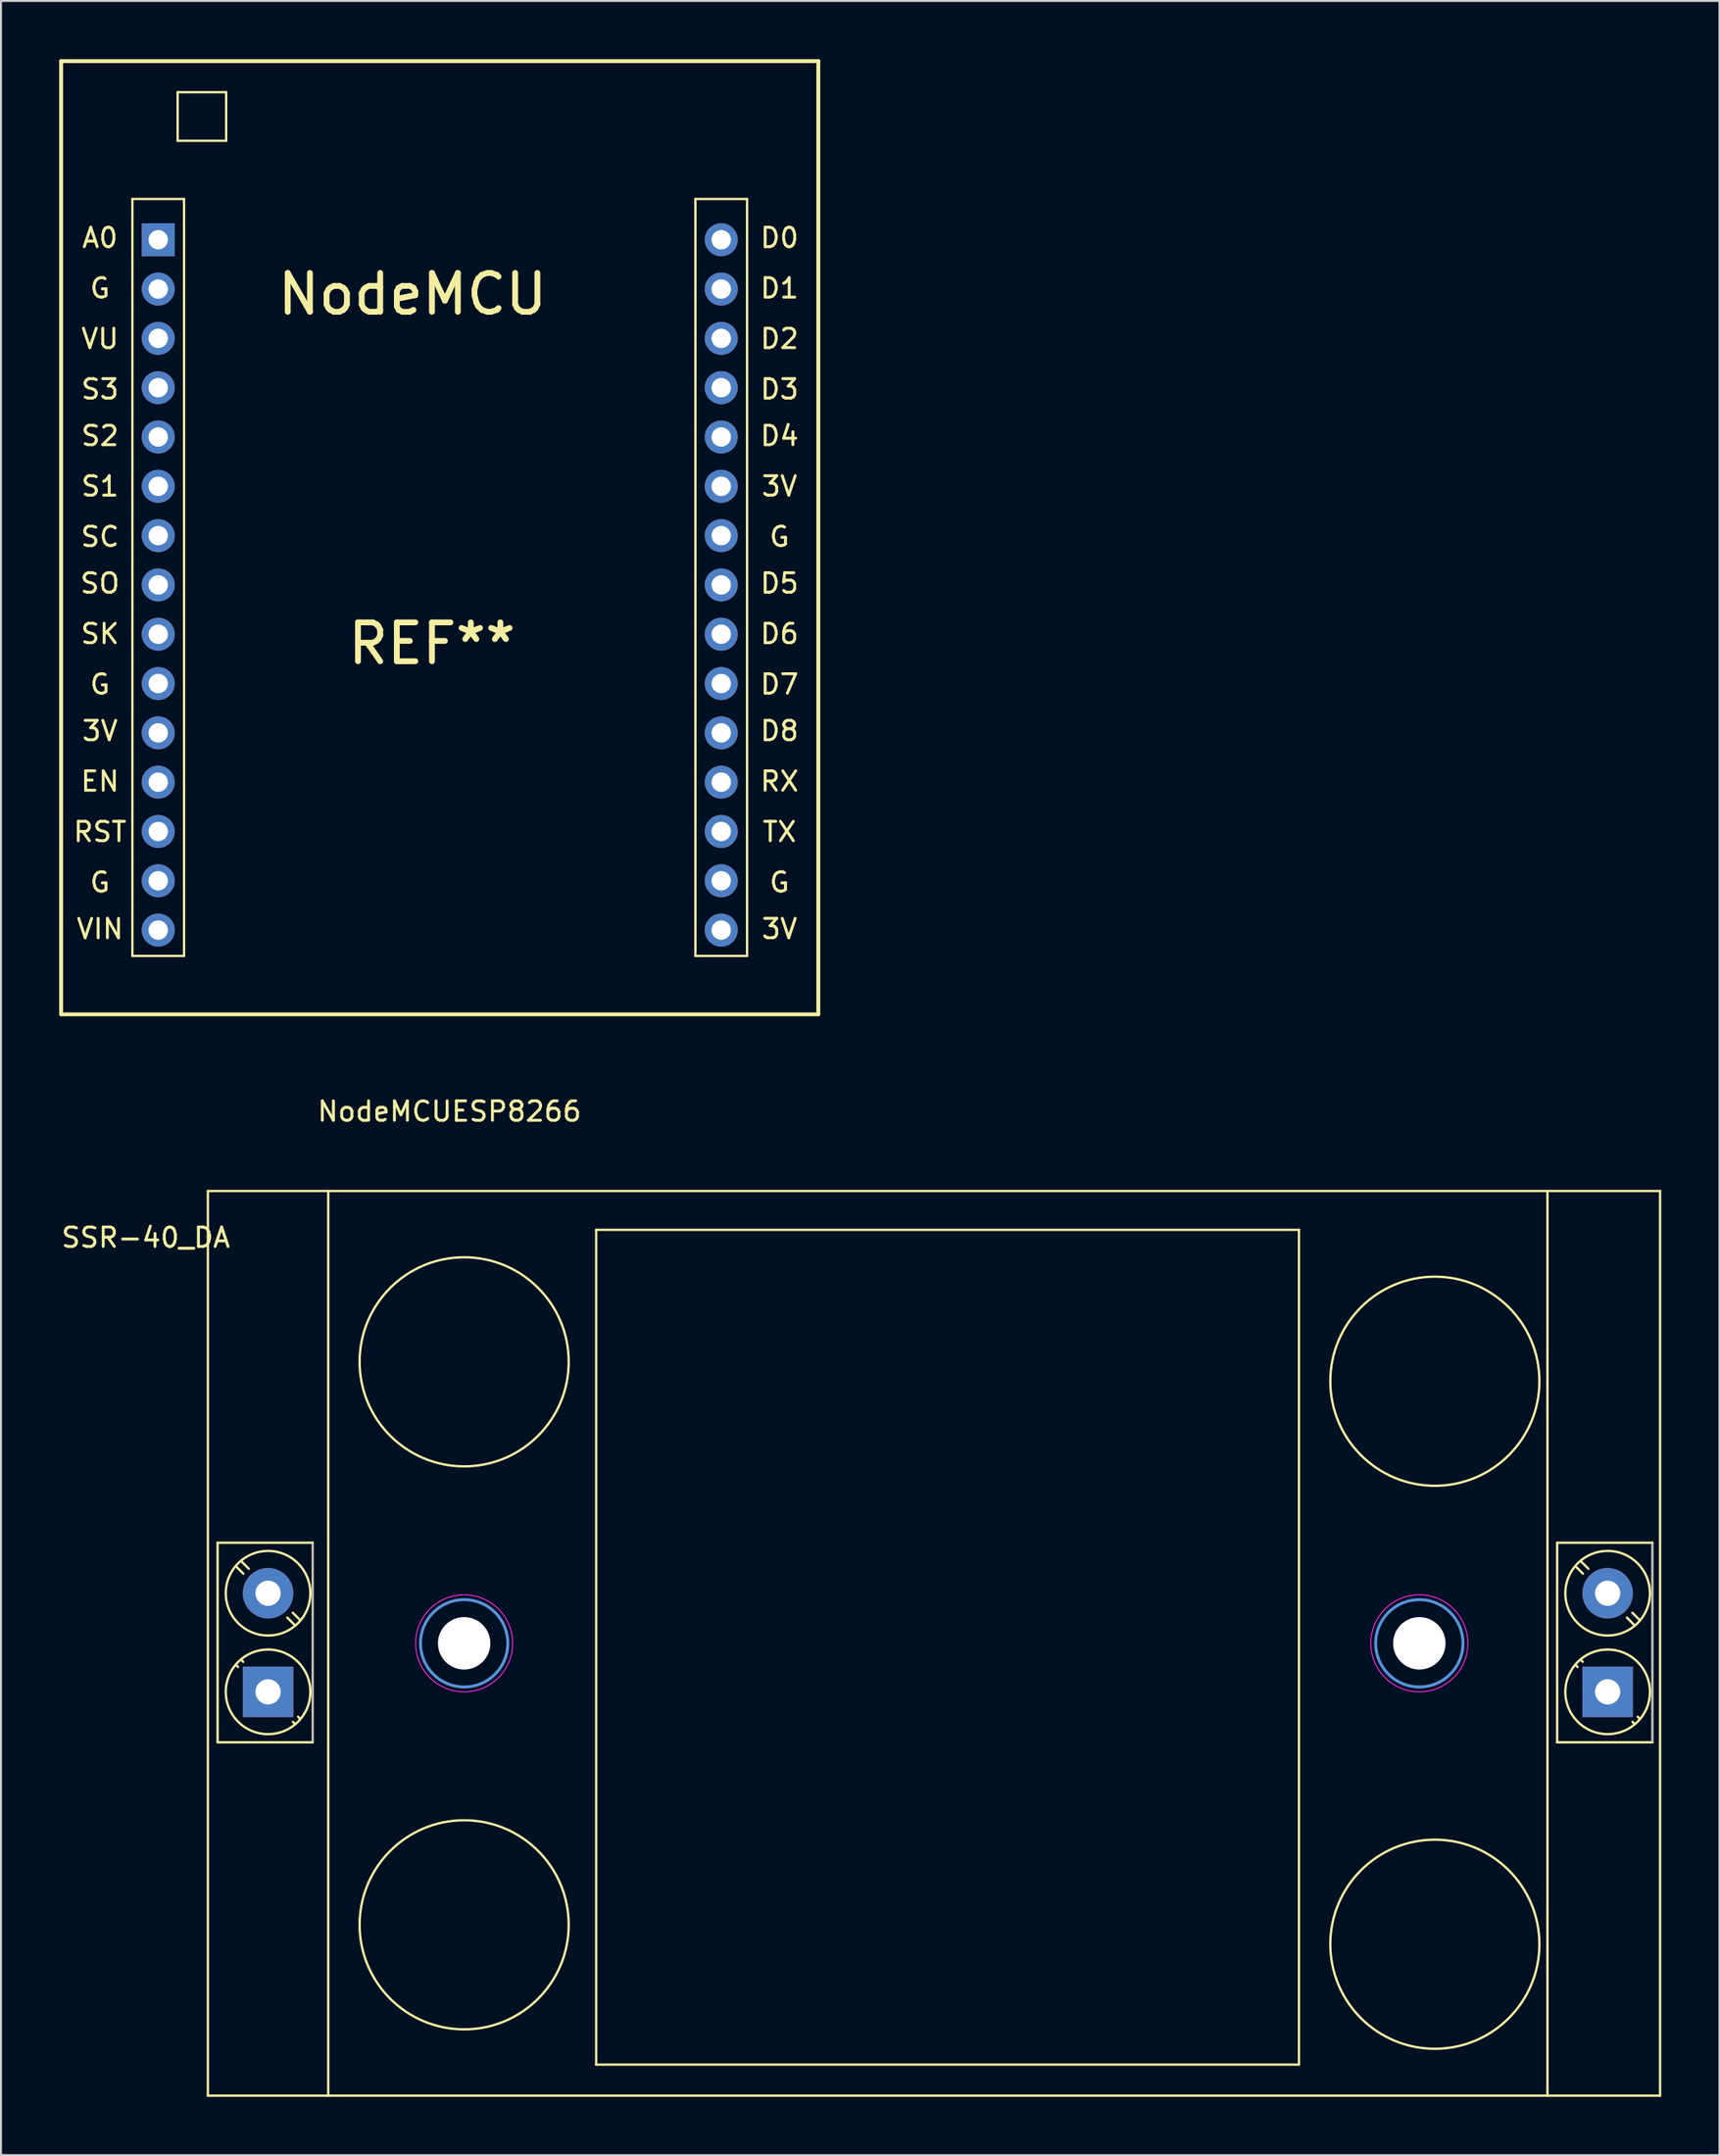
<source format=kicad_pcb>
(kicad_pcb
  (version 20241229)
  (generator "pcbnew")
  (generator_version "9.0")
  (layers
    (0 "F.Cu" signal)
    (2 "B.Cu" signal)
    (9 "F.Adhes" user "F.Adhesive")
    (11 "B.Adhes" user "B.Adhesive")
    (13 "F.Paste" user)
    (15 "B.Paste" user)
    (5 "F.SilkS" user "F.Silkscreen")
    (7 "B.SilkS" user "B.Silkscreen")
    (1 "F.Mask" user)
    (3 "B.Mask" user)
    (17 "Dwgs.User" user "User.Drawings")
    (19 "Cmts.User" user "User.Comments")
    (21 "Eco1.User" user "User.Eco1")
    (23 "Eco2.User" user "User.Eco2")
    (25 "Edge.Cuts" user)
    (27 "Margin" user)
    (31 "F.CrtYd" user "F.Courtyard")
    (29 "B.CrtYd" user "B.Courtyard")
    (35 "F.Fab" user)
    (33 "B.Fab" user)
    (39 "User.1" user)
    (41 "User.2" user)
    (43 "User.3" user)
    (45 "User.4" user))
  (footprint "NodeMCUESP8266"
    (layer "F.Cu")
    (at 5.1 9.2)
    (property "Reference" "NodeMCUESP8266" (at 15 45 0) (layer "F.SilkS") (effects (font (size 1 1) (thickness 0.15))))
    (attr through_hole)
    (fp_line (start -5 -9.1) (end -5 40) (stroke (width 0.2) (type solid)) (layer "F.SilkS"))
    (fp_line (start -5 40) (end 34 40) (stroke (width 0.2) (type solid)) (layer "F.SilkS"))
    (fp_line (start -1.33 -2) (end -1.33 36.99) (stroke (width 0.12) (type solid)) (layer "F.SilkS"))
    (fp_line (start -1.33 -2) (end 1.33 -2) (stroke (width 0.12) (type solid)) (layer "F.SilkS"))
    (fp_line (start -1.33 36.99) (end 1.33 36.99) (stroke (width 0.12) (type solid)) (layer "F.SilkS"))
    (fp_line (start 1 -7.5) (end 1 -5) (stroke (width 0.12) (type solid)) (layer "F.SilkS"))
    (fp_line (start 1 -5) (end 3.5 -5) (stroke (width 0.12) (type solid)) (layer "F.SilkS"))
    (fp_line (start 1.33 -2) (end 1.33 36.99) (stroke (width 0.12) (type solid)) (layer "F.SilkS"))
    (fp_line (start 3.5 -7.5) (end 1 -7.5) (stroke (width 0.12) (type solid)) (layer "F.SilkS"))
    (fp_line (start 3.5 -5) (end 3.5 -7.5) (stroke (width 0.12) (type solid)) (layer "F.SilkS"))
    (fp_line (start 27.67 -2) (end 27.67 36.99) (stroke (width 0.12) (type solid)) (layer "F.SilkS"))
    (fp_line (start 27.67 -2) (end 30.33 -2) (stroke (width 0.12) (type solid)) (layer "F.SilkS"))
    (fp_line (start 27.67 36.99) (end 30.33 36.99) (stroke (width 0.12) (type solid)) (layer "F.SilkS"))
    (fp_line (start 30.33 -2) (end 30.33 36.99) (stroke (width 0.12) (type solid)) (layer "F.SilkS"))
    (fp_line (start 34 -9.1) (end -5 -9.1) (stroke (width 0.2) (type solid)) (layer "F.SilkS"))
    (fp_line (start 34 40) (end 34 -9.1) (stroke (width 0.2) (type solid)) (layer "F.SilkS"))
    (fp_text user "TX" (at 32 30.6 0) (layer "F.SilkS") (effects (font (size 1 1) (thickness 0.15))))
    (fp_text user "G" (at 32 15.4 0) (layer "F.SilkS") (effects (font (size 1 1) (thickness 0.15))))
    (fp_text user "G" (at -3 23 0) (layer "F.SilkS") (effects (font (size 1 1) (thickness 0.15))))
    (fp_text user "G" (at -3 33.2 0) (layer "F.SilkS") (effects (font (size 1 1) (thickness 0.15))))
    (fp_text user "D5" (at 32 17.8 0) (layer "F.SilkS") (effects (font (size 1 1) (thickness 0.15))))
    (fp_text user "RX" (at 32 28 0) (layer "F.SilkS") (effects (font (size 1 1) (thickness 0.15))))
    (fp_text user "D7" (at 32 23 0) (layer "F.SilkS") (effects (font (size 1 1) (thickness 0.15))))
    (fp_text user "S3" (at -3 7.8 0) (layer "F.SilkS") (effects (font (size 1 1) (thickness 0.15))))
    (fp_text user "G" (at 32 33.2 0) (layer "F.SilkS") (effects (font (size 1 1) (thickness 0.15))))
    (fp_text user "3V" (at 32 35.6 0) (layer "F.SilkS") (effects (font (size 1 1) (thickness 0.15))))
    (fp_text user "D8" (at 32 25.4 0) (layer "F.SilkS") (effects (font (size 1 1) (thickness 0.15))))
    (fp_text user "3V" (at -3 25.4 0) (layer "F.SilkS") (effects (font (size 1 1) (thickness 0.15))))
    (fp_text user "3V" (at 32 12.8 0) (layer "F.SilkS") (effects (font (size 1 1) (thickness 0.15))))
    (fp_text user "D6" (at 32 20.4 0) (layer "F.SilkS") (effects (font (size 1 1) (thickness 0.15))))
    (fp_text user "REF**" (at 14.1 20.9 0) (layer "F.SilkS") (effects (font (size 2 2) (thickness 0.3))))
    (fp_text user "EN" (at -3 28 0) (layer "F.SilkS") (effects (font (size 1 1) (thickness 0.15))))
    (fp_text user "D4" (at 32 10.2 0) (layer "F.SilkS") (effects (font (size 1 1) (thickness 0.15))))
    (fp_text user "NodeMCU" (at 13.1 2.9 0) (layer "F.SilkS") (effects (font (size 2 2) (thickness 0.3))))
    (fp_text user "D2" (at 32 5.2 0) (layer "F.SilkS") (effects (font (size 1 1) (thickness 0.15))))
    (fp_text user "G" (at -3 2.6 0) (layer "F.SilkS") (effects (font (size 1 1) (thickness 0.15))))
    (fp_text user "SO" (at -3 17.8 0) (layer "F.SilkS") (effects (font (size 1 1) (thickness 0.15))))
    (fp_text user "D0" (at 32 0 0) (layer "F.SilkS") (effects (font (size 1 1) (thickness 0.15))))
    (fp_text user "D3" (at 32 7.8 0) (layer "F.SilkS") (effects (font (size 1 1) (thickness 0.15))))
    (fp_text user "SK" (at -3 20.4 0) (layer "F.SilkS") (effects (font (size 1 1) (thickness 0.15))))
    (fp_text user "VIN" (at -3 35.6 0) (layer "F.SilkS") (effects (font (size 1 1) (thickness 0.15))))
    (fp_text user "D1" (at 32 2.6 0) (layer "F.SilkS") (effects (font (size 1 1) (thickness 0.15))))
    (fp_text user "RST" (at -3 30.6 0) (layer "F.SilkS") (effects (font (size 1 1) (thickness 0.15))))
    (fp_text user "VU" (at -3 5.2 0) (layer "F.SilkS") (effects (font (size 1 1) (thickness 0.15))))
    (fp_text user "SC" (at -3 15.4 0) (layer "F.SilkS") (effects (font (size 1 1) (thickness 0.15))))
    (fp_text user "S1" (at -3 12.8 0) (layer "F.SilkS") (effects (font (size 1 1) (thickness 0.15))))
    (fp_text user "A0" (at -3 0 0) (layer "F.SilkS") (effects (font (size 1 1) (thickness 0.15))))
    (fp_text user "S2" (at -3 10.2 0) (layer "F.SilkS") (effects (font (size 1 1) (thickness 0.15))))
    (pad "1" thru_hole rect (at 0 0.1) (size 1.7 1.7) (drill 1) (layers "*.Cu" "*.Mask"))
    (pad "2" thru_hole oval (at 0 2.64) (size 1.7 1.7) (drill 1) (layers "*.Cu" "*.Mask"))
    (pad "3" thru_hole oval (at 0 5.18) (size 1.7 1.7) (drill 1) (layers "*.Cu" "*.Mask"))
    (pad "4" thru_hole oval (at 0 7.72) (size 1.7 1.7) (drill 1) (layers "*.Cu" "*.Mask"))
    (pad "5" thru_hole oval (at 0 10.26) (size 1.7 1.7) (drill 1) (layers "*.Cu" "*.Mask"))
    (pad "6" thru_hole oval (at 0 12.8) (size 1.7 1.7) (drill 1) (layers "*.Cu" "*.Mask"))
    (pad "7" thru_hole oval (at 0 15.34) (size 1.7 1.7) (drill 1) (layers "*.Cu" "*.Mask"))
    (pad "8" thru_hole oval (at 0 17.88) (size 1.7 1.7) (drill 1) (layers "*.Cu" "*.Mask"))
    (pad "9" thru_hole oval (at 0 20.42) (size 1.7 1.7) (drill 1) (layers "*.Cu" "*.Mask"))
    (pad "10" thru_hole oval (at 0 22.96) (size 1.7 1.7) (drill 1) (layers "*.Cu" "*.Mask"))
    (pad "11" thru_hole oval (at 0 25.5) (size 1.7 1.7) (drill 1) (layers "*.Cu" "*.Mask"))
    (pad "12" thru_hole oval (at 0 28.04) (size 1.7 1.7) (drill 1) (layers "*.Cu" "*.Mask"))
    (pad "13" thru_hole oval (at 0 30.58) (size 1.7 1.7) (drill 1) (layers "*.Cu" "*.Mask"))
    (pad "14" thru_hole oval (at 0 33.12) (size 1.7 1.7) (drill 1) (layers "*.Cu" "*.Mask"))
    (pad "15" thru_hole oval (at 0 35.66) (size 1.7 1.7) (drill 1) (layers "*.Cu" "*.Mask"))
    (pad "16" thru_hole circle (at 29 0.1) (size 1.7 1.7) (drill 1) (layers "*.Cu" "*.Mask"))
    (pad "17" thru_hole oval (at 29 2.64) (size 1.7 1.7) (drill 1) (layers "*.Cu" "*.Mask"))
    (pad "18" thru_hole oval (at 29 5.18) (size 1.7 1.7) (drill 1) (layers "*.Cu" "*.Mask"))
    (pad "19" thru_hole oval (at 29 7.72) (size 1.7 1.7) (drill 1) (layers "*.Cu" "*.Mask"))
    (pad "20" thru_hole oval (at 29 10.26) (size 1.7 1.7) (drill 1) (layers "*.Cu" "*.Mask"))
    (pad "21" thru_hole oval (at 29 12.8) (size 1.7 1.7) (drill 1) (layers "*.Cu" "*.Mask"))
    (pad "22" thru_hole oval (at 29 15.34) (size 1.7 1.7) (drill 1) (layers "*.Cu" "*.Mask"))
    (pad "23" thru_hole oval (at 29 17.88) (size 1.7 1.7) (drill 1) (layers "*.Cu" "*.Mask"))
    (pad "24" thru_hole oval (at 29 20.42) (size 1.7 1.7) (drill 1) (layers "*.Cu" "*.Mask"))
    (pad "25" thru_hole oval (at 29 22.96) (size 1.7 1.7) (drill 1) (layers "*.Cu" "*.Mask"))
    (pad "26" thru_hole oval (at 29 25.5) (size 1.7 1.7) (drill 1) (layers "*.Cu" "*.Mask"))
    (pad "27" thru_hole oval (at 29 28.04) (size 1.7 1.7) (drill 1) (layers "*.Cu" "*.Mask"))
    (pad "28" thru_hole oval (at 29 30.58) (size 1.7 1.7) (drill 1) (layers "*.Cu" "*.Mask"))
    (pad "29" thru_hole oval (at 29 33.12) (size 1.7 1.7) (drill 1) (layers "*.Cu" "*.Mask"))
    (pad "30" thru_hole oval (at 29 35.66) (size 1.7 1.7) (drill 1) (layers "*.Cu" "*.Mask")))
  (footprint "SSR-40_DA"
    (layer "F.Cu")
    (at 7.658 58.298)
    (property "Reference" "SSR-40_DA" (at -3.2 2.4 0) (layer "F.SilkS") (effects (font (size 1 1) (thickness 0.15))))
    (attr through_hole)
    (fp_line (start 0 0) (end 74.8 0) (stroke (width 0.12) (type solid)) (layer "F.SilkS"))
    (fp_line (start 0 46.6) (end 0 0) (stroke (width 0.12) (type solid)) (layer "F.SilkS"))
    (fp_line (start 0.2 46.6) (end 0 46.6) (stroke (width 0.12) (type solid)) (layer "F.SilkS"))
    (fp_line (start 0.5 18.12) (end 5.4 18.12) (stroke (width 0.12) (type solid)) (layer "F.SilkS"))
    (fp_line (start 0.5 28.4) (end 0.5 18.12) (stroke (width 0.12) (type solid)) (layer "F.SilkS"))
    (fp_line (start 0.5 28.4) (end 5.4 28.4) (stroke (width 0.12) (type solid)) (layer "F.SilkS"))
    (fp_line (start 1.446 19.332) (end 1.826 19.712) (stroke (width 0.12) (type solid)) (layer "F.SilkS"))
    (fp_line (start 1.446 24.412) (end 1.553 24.519) (stroke (width 0.12) (type solid)) (layer "F.SilkS"))
    (fp_line (start 1.712 19.066) (end 2.108 19.461) (stroke (width 0.12) (type solid)) (layer "F.SilkS"))
    (fp_line (start 1.712 24.146) (end 1.819 24.253) (stroke (width 0.12) (type solid)) (layer "F.SilkS"))
    (fp_line (start 4.092 21.978) (end 4.488 22.373) (stroke (width 0.12) (type solid)) (layer "F.SilkS"))
    (fp_line (start 4.374 21.727) (end 4.754 22.107) (stroke (width 0.12) (type solid)) (layer "F.SilkS"))
    (fp_line (start 4.381 27.348) (end 4.488 27.454) (stroke (width 0.12) (type solid)) (layer "F.SilkS"))
    (fp_line (start 4.647 27.082) (end 4.754 27.188) (stroke (width 0.12) (type solid)) (layer "F.SilkS"))
    (fp_line (start 5.4 28.4) (end 5.4 18.12) (stroke (width 0.12) (type solid)) (layer "F.SilkS"))
    (fp_line (start 6.2 0) (end 6.2 46.6) (stroke (width 0.12) (type solid)) (layer "F.SilkS"))
    (fp_line (start 20 2) (end 56.2 2) (stroke (width 0.12) (type solid)) (layer "F.SilkS"))
    (fp_line (start 20 45) (end 20 2) (stroke (width 0.12) (type solid)) (layer "F.SilkS"))
    (fp_line (start 56.2 2) (end 56.2 45) (stroke (width 0.12) (type solid)) (layer "F.SilkS"))
    (fp_line (start 56.2 45) (end 20 45) (stroke (width 0.12) (type solid)) (layer "F.SilkS"))
    (fp_line (start 69 0) (end 69 46.6) (stroke (width 0.12) (type solid)) (layer "F.SilkS"))
    (fp_line (start 69.5 18.12) (end 74.4 18.12) (stroke (width 0.12) (type solid)) (layer "F.SilkS"))
    (fp_line (start 69.5 28.4) (end 69.5 18.12) (stroke (width 0.12) (type solid)) (layer "F.SilkS"))
    (fp_line (start 69.5 28.4) (end 74.4 28.4) (stroke (width 0.12) (type solid)) (layer "F.SilkS"))
    (fp_line (start 70.446 19.332) (end 70.826 19.712) (stroke (width 0.12) (type solid)) (layer "F.SilkS"))
    (fp_line (start 70.446 24.412) (end 70.553 24.519) (stroke (width 0.12) (type solid)) (layer "F.SilkS"))
    (fp_line (start 70.712 19.066) (end 71.108 19.461) (stroke (width 0.12) (type solid)) (layer "F.SilkS"))
    (fp_line (start 70.712 24.146) (end 70.819 24.253) (stroke (width 0.12) (type solid)) (layer "F.SilkS"))
    (fp_line (start 73.092 21.978) (end 73.488 22.373) (stroke (width 0.12) (type solid)) (layer "F.SilkS"))
    (fp_line (start 73.374 21.727) (end 73.754 22.107) (stroke (width 0.12) (type solid)) (layer "F.SilkS"))
    (fp_line (start 73.381 27.348) (end 73.488 27.454) (stroke (width 0.12) (type solid)) (layer "F.SilkS"))
    (fp_line (start 73.647 27.082) (end 73.754 27.188) (stroke (width 0.12) (type solid)) (layer "F.SilkS"))
    (fp_line (start 74.4 28.4) (end 74.4 18.12) (stroke (width 0.12) (type solid)) (layer "F.SilkS"))
    (fp_line (start 74.8 0) (end 74.8 46.6) (stroke (width 0.12) (type solid)) (layer "F.SilkS"))
    (fp_line (start 74.8 46.6) (end 0.2 46.6) (stroke (width 0.12) (type solid)) (layer "F.SilkS"))
    (fp_circle (center 3.1 20.72) (end 3.1 18.54) (stroke (width 0.12) (type solid)) (fill no) (layer "F.SilkS"))
    (fp_circle (center 3.1 25.8) (end 3.1 23.62) (stroke (width 0.12) (type solid)) (fill no) (layer "F.SilkS"))
    (fp_circle (center 13.2 8.8) (end 18.4 10.2) (stroke (width 0.12) (type solid)) (fill no) (layer "F.SilkS"))
    (fp_circle (center 13.2 37.8) (end 18.4 39.2) (stroke (width 0.12) (type solid)) (fill no) (layer "F.SilkS"))
    (fp_circle (center 63.2 9.8) (end 68.4 11.2) (stroke (width 0.12) (type solid)) (fill no) (layer "F.SilkS"))
    (fp_circle (center 63.2 38.8) (end 68.4 40.2) (stroke (width 0.12) (type solid)) (fill no) (layer "F.SilkS"))
    (fp_circle (center 72.1 20.72) (end 72.1 18.54) (stroke (width 0.12) (type solid)) (fill no) (layer "F.SilkS"))
    (fp_circle (center 72.1 25.8) (end 72.1 23.62) (stroke (width 0.12) (type solid)) (fill no) (layer "F.SilkS"))
    (fp_circle (center 13.2 23.3) (end 15.45 23.3) (stroke (width 0.15) (type solid)) (fill no) (layer "Cmts.User"))
    (fp_circle (center 62.4 23.3) (end 64.65 23.3) (stroke (width 0.15) (type solid)) (fill no) (layer "Cmts.User"))
    (fp_circle (center 13.2 23.3) (end 15.7 23.3) (stroke (width 0.05) (type solid)) (fill no) (layer "F.CrtYd"))
    (fp_circle (center 62.4 23.3) (end 64.9 23.3) (stroke (width 0.05) (type solid)) (fill no) (layer "F.CrtYd"))
    (fp_line (start 5.4 28.34) (end 5.4 18.18) (stroke (width 0.1) (type solid)) (layer "F.Fab"))
    (fp_line (start 74.4 28.34) (end 74.4 18.18) (stroke (width 0.1) (type solid)) (layer "F.Fab"))
    (pad "" np_thru_hole circle (at 13.2 23.3) (size 2.7 2.7) (drill 2.7) (layers "*.Cu" "*.Mask"))
    (pad "" np_thru_hole circle (at 62.4 23.3) (size 2.7 2.7) (drill 2.7) (layers "*.Cu" "*.Mask"))
    (pad "1" thru_hole circle (at 72.1 20.72 90) (size 2.6 2.6) (drill 1.3) (layers "*.Cu" "*.Mask"))
    (pad "2" thru_hole rect (at 72.1 25.8 90) (size 2.6 2.6) (drill 1.3) (layers "*.Cu" "*.Mask"))
    (pad "3" thru_hole rect (at 3.1 25.8 90) (size 2.6 2.6) (drill 1.3) (layers "*.Cu" "*.Mask"))
    (pad "4" thru_hole circle (at 3.1 20.72 90) (size 2.6 2.6) (drill 1.3) (layers "*.Cu" "*.Mask")))
  (gr_rect
    (start -3 -3)
    (end 85.518 107.958)
    (stroke (width 0.1) (type default))
    (fill no)
    (layer "Edge.Cuts")))
</source>
